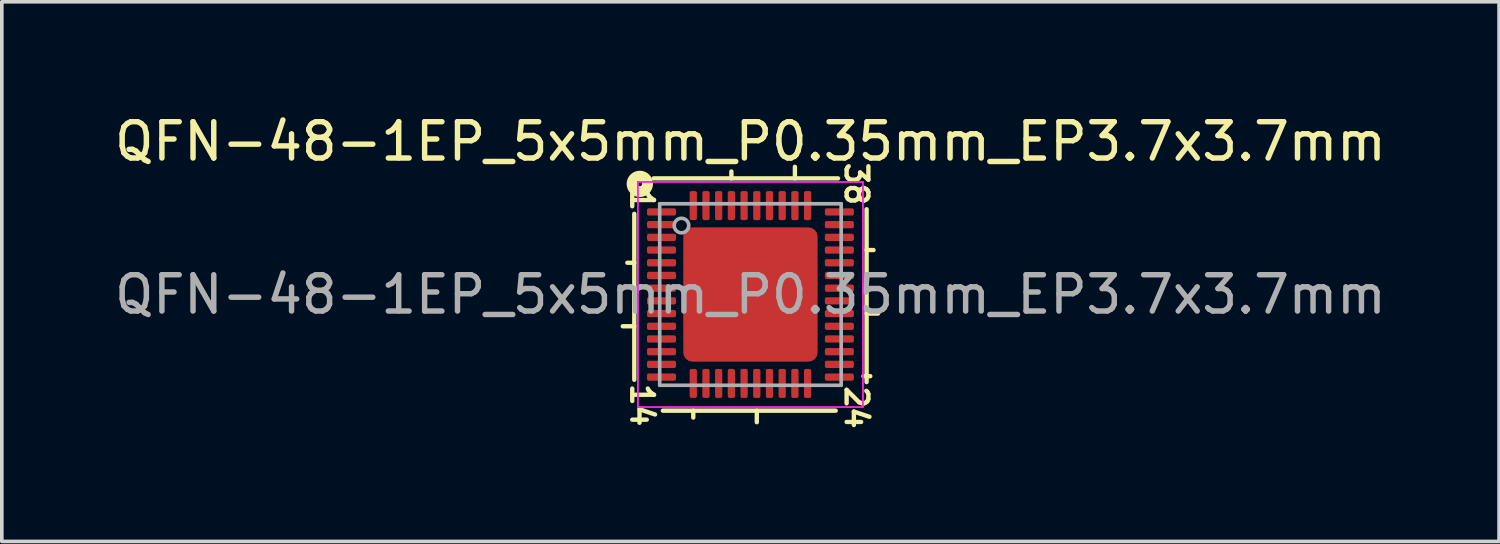
<source format=kicad_pcb>
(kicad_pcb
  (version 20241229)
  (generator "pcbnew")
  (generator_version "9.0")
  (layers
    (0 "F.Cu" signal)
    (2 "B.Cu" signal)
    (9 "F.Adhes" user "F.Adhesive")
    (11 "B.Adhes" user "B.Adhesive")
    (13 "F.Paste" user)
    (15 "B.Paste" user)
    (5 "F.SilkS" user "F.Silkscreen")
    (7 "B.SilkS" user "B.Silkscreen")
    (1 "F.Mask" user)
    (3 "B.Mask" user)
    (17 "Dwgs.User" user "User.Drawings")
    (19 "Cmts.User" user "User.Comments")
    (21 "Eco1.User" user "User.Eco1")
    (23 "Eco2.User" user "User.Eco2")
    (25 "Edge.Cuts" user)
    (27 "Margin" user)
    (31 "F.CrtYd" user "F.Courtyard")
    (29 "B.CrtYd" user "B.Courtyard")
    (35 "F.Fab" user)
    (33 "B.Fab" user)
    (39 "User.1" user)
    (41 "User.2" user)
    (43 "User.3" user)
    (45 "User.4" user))
  (footprint "QFN-48-1EP_5x5mm_P0.35mm_EP3.7x3.7mm"
    (layer "F.Cu")
    (at 17.625 5.064)
    (property "Reference" "QFN-48-1EP_5x5mm_P0.35mm_EP3.7x3.7mm" (at 0 -4.216 0) (layer "F.SilkS") (effects (font (size 1 1) (thickness 0.15))))
    (attr smd)
    (fp_line (start -3.2 -2.223) (end -3.2 2.349) (stroke (width 0.12) (type solid)) (layer "F.SilkS"))
    (fp_line (start -3.2 -0.875) (end -3.39 -0.875) (stroke (width 0.12) (type solid)) (layer "F.SilkS"))
    (fp_line (start -3.2 0.875) (end -3.518 0.875) (stroke (width 0.12) (type solid)) (layer "F.SilkS"))
    (fp_line (start -2.413 3.2) (end 2.349 3.2) (stroke (width 0.12) (type solid)) (layer "F.SilkS"))
    (fp_line (start -1.575 3.2) (end -1.575 3.39) (stroke (width 0.12) (type solid)) (layer "F.SilkS"))
    (fp_line (start -0.525 -3.2) (end -0.525 -3.39) (stroke (width 0.12) (type solid)) (layer "F.SilkS"))
    (fp_line (start 0.175 3.2) (end 0.175 3.518) (stroke (width 0.12) (type solid)) (layer "F.SilkS"))
    (fp_line (start 1.225 -3.2) (end 1.225 -3.518) (stroke (width 0.12) (type solid)) (layer "F.SilkS"))
    (fp_line (start 2.413 -3.2) (end -2.667 -3.2) (stroke (width 0.12) (type solid)) (layer "F.SilkS"))
    (fp_line (start 3.111 2.25) (end 3.302 2.25) (stroke (width 0.12) (type solid)) (layer "F.SilkS"))
    (fp_line (start 3.2 -1.225) (end 3.39 -1.225) (stroke (width 0.12) (type solid)) (layer "F.SilkS"))
    (fp_line (start 3.2 0.525) (end 3.514 0.525) (stroke (width 0.12) (type solid)) (layer "F.SilkS"))
    (fp_line (start 3.2 2.413) (end 3.2 -2.349) (stroke (width 0.12) (type solid)) (layer "F.SilkS"))
    (fp_circle (center -3.048 -3.048) (end -2.985 -3.048) (stroke (width 0.3) (type solid)) (fill no) (layer "F.SilkS"))
    (fp_line (start -3.1 -3.1) (end -3.1 3.1) (stroke (width 0.05) (type solid)) (layer "F.CrtYd"))
    (fp_line (start -3.1 3.1) (end 3.1 3.1) (stroke (width 0.05) (type solid)) (layer "F.CrtYd"))
    (fp_line (start 3.1 -3.1) (end -3.1 -3.1) (stroke (width 0.05) (type solid)) (layer "F.CrtYd"))
    (fp_line (start 3.1 3.1) (end 3.1 -3.1) (stroke (width 0.05) (type solid)) (layer "F.CrtYd"))
    (fp_line (start -2.5 -2.5) (end 2.5 -2.5) (stroke (width 0.1) (type solid)) (layer "F.Fab"))
    (fp_line (start -2.5 2.5) (end -2.5 -2.5) (stroke (width 0.1) (type solid)) (layer "F.Fab"))
    (fp_line (start 2.5 -2.5) (end 2.5 2.5) (stroke (width 0.1) (type solid)) (layer "F.Fab"))
    (fp_line (start 2.5 2.5) (end -2.5 2.5) (stroke (width 0.1) (type solid)) (layer "F.Fab"))
    (fp_circle (center -1.9 -1.9) (end -1.7 -1.9) (stroke (width 0.1) (type solid)) (fill no) (layer "F.Fab"))
    (fp_text user "38" (at 2.921 -3.048 270) (unlocked yes) (layer "F.SilkS") (effects (font (size 0.6 0.6) (thickness 0.12))))
    (fp_text user "1" (at -2.985 -2.603 270) (unlocked yes) (layer "F.SilkS") (effects (font (size 0.6 0.6) (thickness 0.12))))
    (fp_text user "14" (at -2.985 3.048 270) (unlocked yes) (layer "F.SilkS") (effects (font (size 0.6 0.6) (thickness 0.12))))
    (fp_text user "24" (at 2.921 3.111 270) (unlocked yes) (layer "F.SilkS") (effects (font (size 0.6 0.6) (thickness 0.12))))
    (fp_text user "${REFERENCE}" (at 0 0 0) (layer "F.Fab") (effects (font (size 1 1) (thickness 0.15))))
    (pad "" smd roundrect (at -1.23 -1.23) (size 0.99 0.99) (layers "F.Paste") (roundrect_rratio 0.25))
    (pad "" smd roundrect (at -1.23 0) (size 0.99 0.99) (layers "F.Paste") (roundrect_rratio 0.25))
    (pad "" smd roundrect (at -1.23 1.23) (size 0.99 0.99) (layers "F.Paste") (roundrect_rratio 0.25))
    (pad "" smd roundrect (at 0 -1.23) (size 0.99 0.99) (layers "F.Paste") (roundrect_rratio 0.25))
    (pad "" smd roundrect (at 0 0) (size 0.99 0.99) (layers "F.Paste") (roundrect_rratio 0.25))
    (pad "" smd roundrect (at 0 1.23) (size 0.99 0.99) (layers "F.Paste") (roundrect_rratio 0.25))
    (pad "" smd roundrect (at 1.23 -1.23) (size 0.99 0.99) (layers "F.Paste") (roundrect_rratio 0.25))
    (pad "" smd roundrect (at 1.23 0) (size 0.99 0.99) (layers "F.Paste") (roundrect_rratio 0.25))
    (pad "" smd roundrect (at 1.23 1.23) (size 0.99 0.99) (layers "F.Paste") (roundrect_rratio 0.25))
    (pad "1" smd roundrect (at -2.45 -2.275) (size 0.8 0.2) (layers "F.Cu" "F.Mask" "F.Paste") (roundrect_rratio 0.25))
    (pad "2" smd roundrect (at -2.45 -1.925) (size 0.8 0.2) (layers "F.Cu" "F.Mask" "F.Paste") (roundrect_rratio 0.25))
    (pad "3" smd roundrect (at -2.45 -1.575) (size 0.8 0.2) (layers "F.Cu" "F.Mask" "F.Paste") (roundrect_rratio 0.25))
    (pad "4" smd roundrect (at -2.45 -1.225) (size 0.8 0.2) (layers "F.Cu" "F.Mask" "F.Paste") (roundrect_rratio 0.25))
    (pad "5" smd roundrect (at -2.45 -0.875) (size 0.8 0.2) (layers "F.Cu" "F.Mask" "F.Paste") (roundrect_rratio 0.25))
    (pad "6" smd roundrect (at -2.45 -0.525) (size 0.8 0.2) (layers "F.Cu" "F.Mask" "F.Paste") (roundrect_rratio 0.25))
    (pad "7" smd roundrect (at -2.45 -0.175) (size 0.8 0.2) (layers "F.Cu" "F.Mask" "F.Paste") (roundrect_rratio 0.25))
    (pad "8" smd roundrect (at -2.45 0.175) (size 0.8 0.2) (layers "F.Cu" "F.Mask" "F.Paste") (roundrect_rratio 0.25))
    (pad "9" smd roundrect (at -2.45 0.525) (size 0.8 0.2) (layers "F.Cu" "F.Mask" "F.Paste") (roundrect_rratio 0.25))
    (pad "10" smd roundrect (at -2.45 0.875) (size 0.8 0.2) (layers "F.Cu" "F.Mask" "F.Paste") (roundrect_rratio 0.25))
    (pad "11" smd roundrect (at -2.45 1.225) (size 0.8 0.2) (layers "F.Cu" "F.Mask" "F.Paste") (roundrect_rratio 0.25))
    (pad "12" smd roundrect (at -2.45 1.575) (size 0.8 0.2) (layers "F.Cu" "F.Mask" "F.Paste") (roundrect_rratio 0.25))
    (pad "13" smd roundrect (at -2.45 1.925) (size 0.8 0.2) (layers "F.Cu" "F.Mask" "F.Paste") (roundrect_rratio 0.25))
    (pad "14" smd roundrect (at -2.45 2.275) (size 0.8 0.2) (layers "F.Cu" "F.Mask" "F.Paste") (roundrect_rratio 0.25))
    (pad "15" smd roundrect (at -1.575 2.45) (size 0.2 0.8) (layers "F.Cu" "F.Mask" "F.Paste") (roundrect_rratio 0.25))
    (pad "16" smd roundrect (at -1.225 2.45) (size 0.2 0.8) (layers "F.Cu" "F.Mask" "F.Paste") (roundrect_rratio 0.25))
    (pad "17" smd roundrect (at -0.875 2.45) (size 0.2 0.8) (layers "F.Cu" "F.Mask" "F.Paste") (roundrect_rratio 0.25))
    (pad "18" smd roundrect (at -0.525 2.45) (size 0.2 0.8) (layers "F.Cu" "F.Mask" "F.Paste") (roundrect_rratio 0.25))
    (pad "19" smd roundrect (at -0.175 2.45) (size 0.2 0.8) (layers "F.Cu" "F.Mask" "F.Paste") (roundrect_rratio 0.25))
    (pad "20" smd roundrect (at 0.175 2.45) (size 0.2 0.8) (layers "F.Cu" "F.Mask" "F.Paste") (roundrect_rratio 0.25))
    (pad "21" smd roundrect (at 0.525 2.45) (size 0.2 0.8) (layers "F.Cu" "F.Mask" "F.Paste") (roundrect_rratio 0.25))
    (pad "22" smd roundrect (at 0.875 2.45) (size 0.2 0.8) (layers "F.Cu" "F.Mask" "F.Paste") (roundrect_rratio 0.25))
    (pad "23" smd roundrect (at 1.225 2.45) (size 0.2 0.8) (layers "F.Cu" "F.Mask" "F.Paste") (roundrect_rratio 0.25))
    (pad "24" smd roundrect (at 1.575 2.45) (size 0.2 0.8) (layers "F.Cu" "F.Mask" "F.Paste") (roundrect_rratio 0.25))
    (pad "25" smd roundrect (at 2.45 2.275) (size 0.8 0.2) (layers "F.Cu" "F.Mask" "F.Paste") (roundrect_rratio 0.25))
    (pad "26" smd roundrect (at 2.45 1.925) (size 0.8 0.2) (layers "F.Cu" "F.Mask" "F.Paste") (roundrect_rratio 0.25))
    (pad "27" smd roundrect (at 2.45 1.575) (size 0.8 0.2) (layers "F.Cu" "F.Mask" "F.Paste") (roundrect_rratio 0.25))
    (pad "28" smd roundrect (at 2.45 1.225) (size 0.8 0.2) (layers "F.Cu" "F.Mask" "F.Paste") (roundrect_rratio 0.25))
    (pad "29" smd roundrect (at 2.45 0.875) (size 0.8 0.2) (layers "F.Cu" "F.Mask" "F.Paste") (roundrect_rratio 0.25))
    (pad "30" smd roundrect (at 2.45 0.525) (size 0.8 0.2) (layers "F.Cu" "F.Mask" "F.Paste") (roundrect_rratio 0.25))
    (pad "31" smd roundrect (at 2.45 0.175) (size 0.8 0.2) (layers "F.Cu" "F.Mask" "F.Paste") (roundrect_rratio 0.25))
    (pad "32" smd roundrect (at 2.45 -0.175) (size 0.8 0.2) (layers "F.Cu" "F.Mask" "F.Paste") (roundrect_rratio 0.25))
    (pad "33" smd roundrect (at 2.45 -0.525) (size 0.8 0.2) (layers "F.Cu" "F.Mask" "F.Paste") (roundrect_rratio 0.25))
    (pad "34" smd roundrect (at 2.45 -0.875) (size 0.8 0.2) (layers "F.Cu" "F.Mask" "F.Paste") (roundrect_rratio 0.25))
    (pad "35" smd roundrect (at 2.45 -1.225) (size 0.8 0.2) (layers "F.Cu" "F.Mask" "F.Paste") (roundrect_rratio 0.25))
    (pad "36" smd roundrect (at 2.45 -1.575) (size 0.8 0.2) (layers "F.Cu" "F.Mask" "F.Paste") (roundrect_rratio 0.25))
    (pad "37" smd roundrect (at 2.45 -1.925) (size 0.8 0.2) (layers "F.Cu" "F.Mask" "F.Paste") (roundrect_rratio 0.25))
    (pad "38" smd roundrect (at 2.45 -2.275) (size 0.8 0.2) (layers "F.Cu" "F.Mask" "F.Paste") (roundrect_rratio 0.25))
    (pad "39" smd roundrect (at 1.575 -2.45) (size 0.2 0.8) (layers "F.Cu" "F.Mask" "F.Paste") (roundrect_rratio 0.25))
    (pad "40" smd roundrect (at 1.225 -2.45) (size 0.2 0.8) (layers "F.Cu" "F.Mask" "F.Paste") (roundrect_rratio 0.25))
    (pad "41" smd roundrect (at 0.875 -2.45) (size 0.2 0.8) (layers "F.Cu" "F.Mask" "F.Paste") (roundrect_rratio 0.25))
    (pad "42" smd roundrect (at 0.525 -2.45) (size 0.2 0.8) (layers "F.Cu" "F.Mask" "F.Paste") (roundrect_rratio 0.25))
    (pad "43" smd roundrect (at 0.175 -2.45) (size 0.2 0.8) (layers "F.Cu" "F.Mask" "F.Paste") (roundrect_rratio 0.25))
    (pad "44" smd roundrect (at -0.175 -2.45) (size 0.2 0.8) (layers "F.Cu" "F.Mask" "F.Paste") (roundrect_rratio 0.25))
    (pad "45" smd roundrect (at -0.525 -2.45) (size 0.2 0.8) (layers "F.Cu" "F.Mask" "F.Paste") (roundrect_rratio 0.25))
    (pad "46" smd roundrect (at -0.875 -2.45) (size 0.2 0.8) (layers "F.Cu" "F.Mask" "F.Paste") (roundrect_rratio 0.25))
    (pad "47" smd roundrect (at -1.225 -2.45) (size 0.2 0.8) (layers "F.Cu" "F.Mask" "F.Paste") (roundrect_rratio 0.25))
    (pad "48" smd roundrect (at -1.575 -2.45) (size 0.2 0.8) (layers "F.Cu" "F.Mask" "F.Paste") (roundrect_rratio 0.25))
    (pad "49" smd roundrect (at 0 0) (size 3.7 3.7) (layers "F.Cu" "F.Mask") (roundrect_rratio 0.068)))
  (gr_rect
    (start -3 -3)
    (end 38.25 11.867)
    (stroke (width 0.1) (type default))
    (fill no)
    (layer "Edge.Cuts")))
</source>
